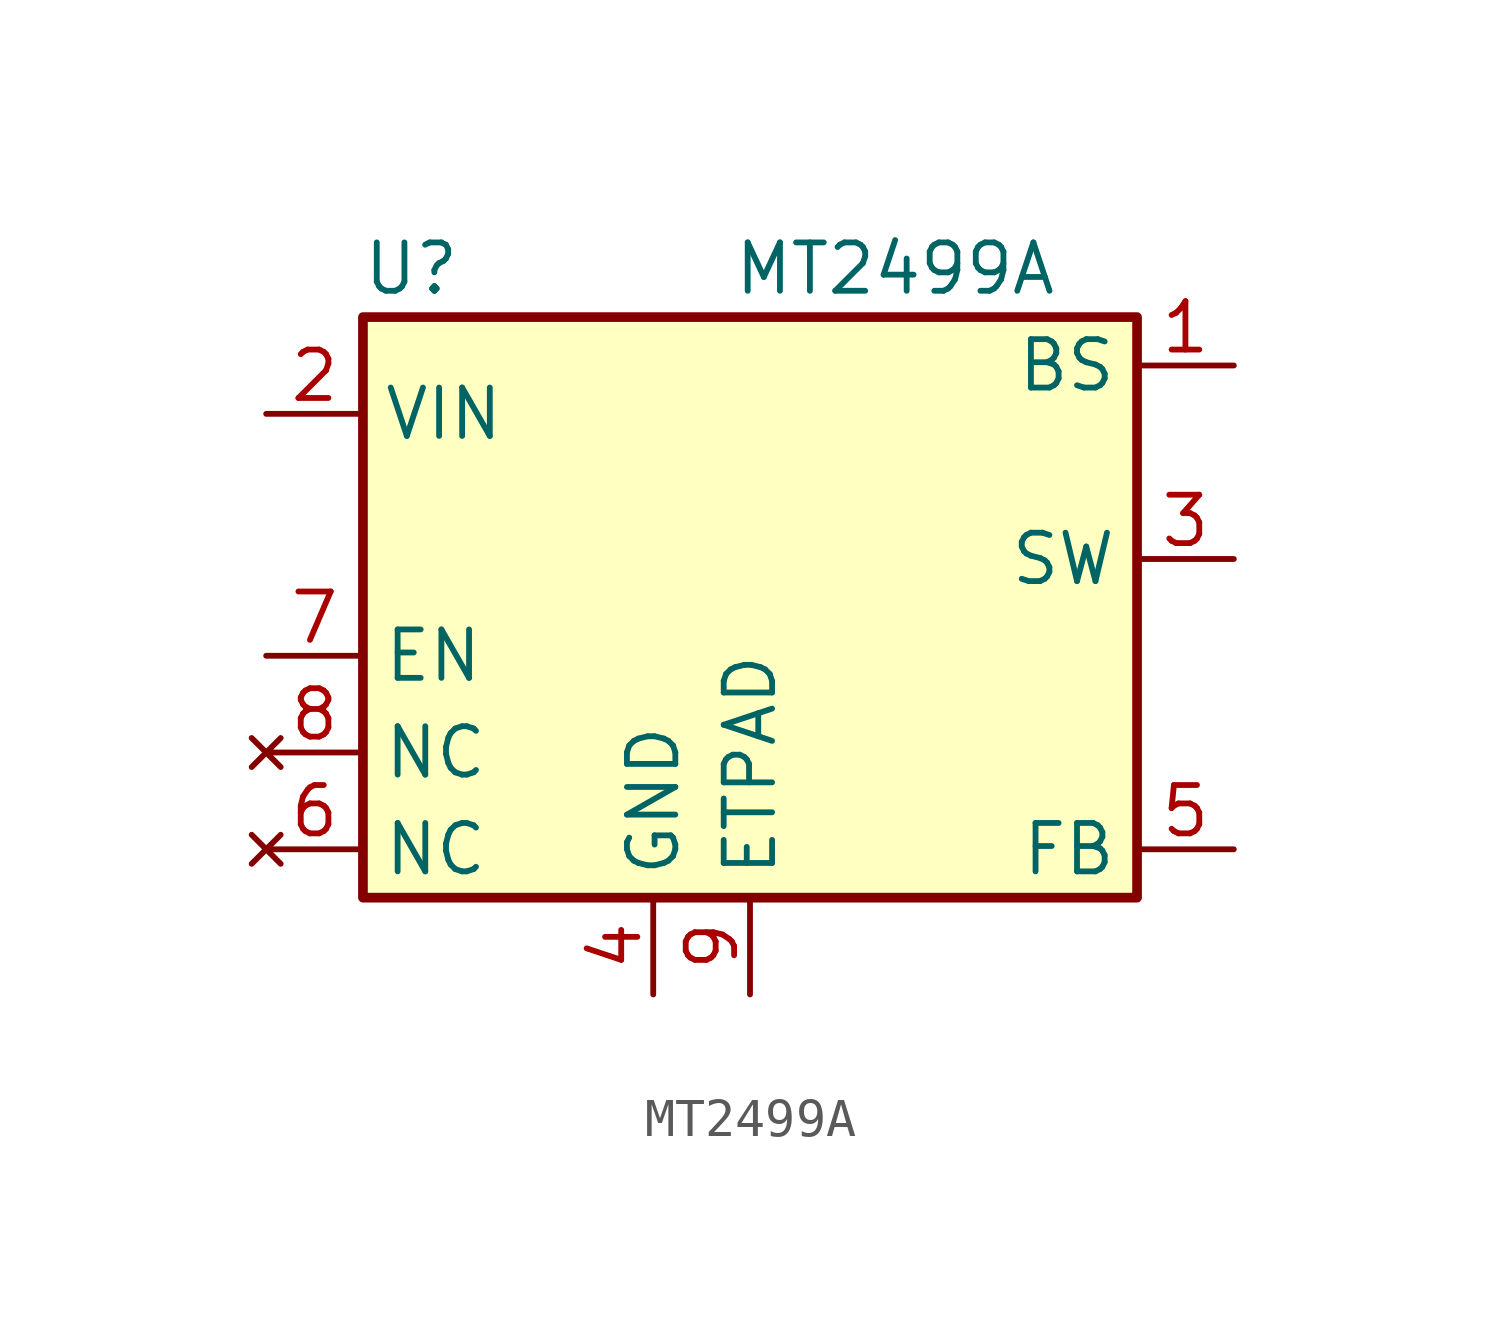
<source format=kicad_sym>
(kicad_symbol_lib
  (version 20241209)
  (generator "kicad_symbol_editor")
  (generator_version "9.0")
  (symbol "MT2499A"
    (property "Reference" "U"
      (at -8.89 8.89 0)
      (effects (font (size 1.27 1.27))))
    (property "Value" "MT2499A"
      (at 3.81 8.89 0)
      (effects (font (size 1.27 1.27))))
    (symbol "MT2499A_1_1"
      (rectangle (start -10.16 7.62) (end 10.16 -7.62) (stroke (width 0.254) (type default)) (fill (type background)))
      (pin power_in line (at -12.7 5.08 0) (length 2.54) (name "VIN" (effects (font (size 1.27 1.27)))) (number "2" (effects (font (size 1.27 1.27)))))
      (pin input line (at -12.7 -1.27 0) (length 2.54) (name "EN" (effects (font (size 1.27 1.27)))) (number "7" (effects (font (size 1.27 1.27)))))
      (pin no_connect line (at -12.7 -3.81 0) (length 2.54) (name "NC" (effects (font (size 1.27 1.27)))) (number "8" (effects (font (size 1.27 1.27)))))
      (pin no_connect line (at -12.7 -6.35 0) (length 2.54) (name "NC" (effects (font (size 1.27 1.27)))) (number "6" (effects (font (size 1.27 1.27)))))
      (pin power_in line (at -2.54 -10.16 90) (length 2.54) (name "GND" (effects (font (size 1.27 1.27)))) (number "4" (effects (font (size 1.27 1.27)))))
      (pin power_in line (at 0 -10.16 90) (length 2.54) (name "ETPAD" (effects (font (size 1.27 1.27)))) (number "9" (effects (font (size 1.27 1.27)))))
      (pin output line (at 12.7 6.35 180) (length 2.54) (name "BS" (effects (font (size 1.27 1.27)))) (number "1" (effects (font (size 1.27 1.27)))))
      (pin output line (at 12.7 1.27 180) (length 2.54) (name "SW" (effects (font (size 1.27 1.27)))) (number "3" (effects (font (size 1.27 1.27)))))
      (pin input line (at 12.7 -6.35 180) (length 2.54) (name "FB" (effects (font (size 1.27 1.27)))) (number "5" (effects (font (size 1.27 1.27))))))))
</source>
